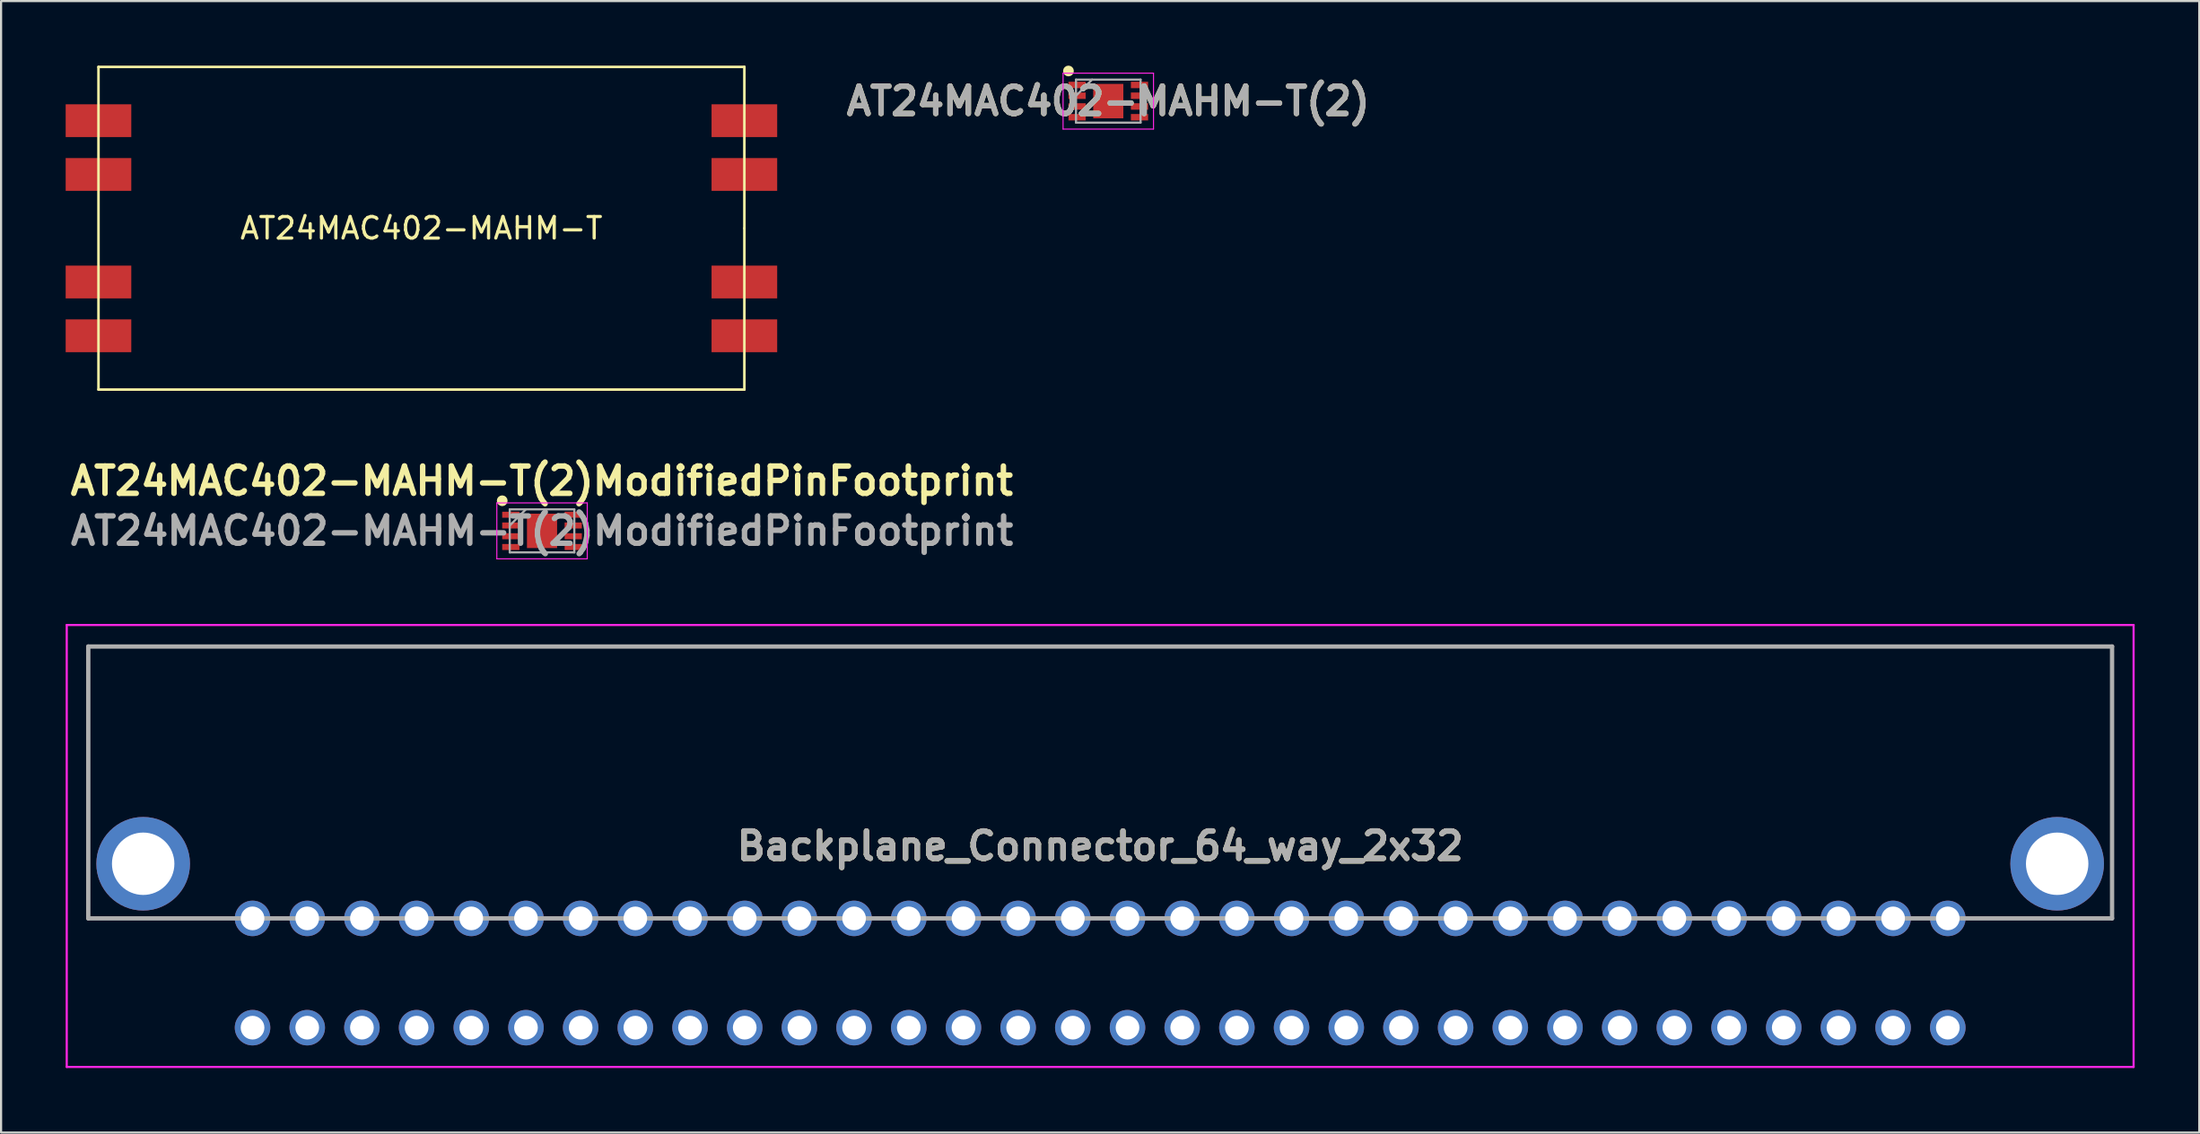
<source format=kicad_pcb>
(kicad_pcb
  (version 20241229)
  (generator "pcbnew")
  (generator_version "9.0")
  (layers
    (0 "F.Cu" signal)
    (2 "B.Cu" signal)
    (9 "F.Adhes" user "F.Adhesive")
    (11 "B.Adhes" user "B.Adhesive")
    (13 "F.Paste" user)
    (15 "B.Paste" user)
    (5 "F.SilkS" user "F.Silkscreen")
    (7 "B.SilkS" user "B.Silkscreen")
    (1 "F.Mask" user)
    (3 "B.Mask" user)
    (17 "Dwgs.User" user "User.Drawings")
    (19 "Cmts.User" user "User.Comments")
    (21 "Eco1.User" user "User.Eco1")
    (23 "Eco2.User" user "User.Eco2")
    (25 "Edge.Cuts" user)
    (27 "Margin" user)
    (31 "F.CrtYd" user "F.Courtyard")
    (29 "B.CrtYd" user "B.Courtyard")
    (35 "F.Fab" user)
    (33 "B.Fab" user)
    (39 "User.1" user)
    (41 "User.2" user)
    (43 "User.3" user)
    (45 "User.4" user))
  (footprint "AT24MAC402-MAHM-T(2)ModifiedPinFootprint"
    (layer "F.Cu")
    (at 22.126 21.629)
    (property "Reference" "AT24MAC402-MAHM-T(2)ModifiedPinFootprint" (at -0.01 -2.32 0) (layer "F.SilkS") (effects (font (size 1.27 1.27) (thickness 0.254))))
    (attr smd)
    (fp_circle (center -1.85 -1.4) (end -1.85 -1.275) (stroke (width 0.25) (type solid)) (fill no) (layer "F.SilkS"))
    (fp_line (start -2.1 -1.3) (end 2.1 -1.3) (stroke (width 0.05) (type solid)) (layer "F.CrtYd"))
    (fp_line (start -2.1 1.3) (end -2.1 -1.3) (stroke (width 0.05) (type solid)) (layer "F.CrtYd"))
    (fp_line (start 2.1 -1.3) (end 2.1 1.3) (stroke (width 0.05) (type solid)) (layer "F.CrtYd"))
    (fp_line (start 2.1 1.3) (end -2.1 1.3) (stroke (width 0.05) (type solid)) (layer "F.CrtYd"))
    (fp_line (start -1.5 -1) (end 1.5 -1) (stroke (width 0.1) (type solid)) (layer "F.Fab"))
    (fp_line (start -1.5 -0.25) (end -0.75 -1) (stroke (width 0.1) (type solid)) (layer "F.Fab"))
    (fp_line (start -1.5 1) (end -1.5 -1) (stroke (width 0.1) (type solid)) (layer "F.Fab"))
    (fp_line (start 1.5 -1) (end 1.5 1) (stroke (width 0.1) (type solid)) (layer "F.Fab"))
    (fp_line (start 1.5 1) (end -1.5 1) (stroke (width 0.1) (type solid)) (layer "F.Fab"))
    (fp_text user "${REFERENCE}" (at 0 0 0) (layer "F.Fab") (effects (font (size 1.27 1.27) (thickness 0.254))))
    (pad "1" smd rect (at -1.45 -0.75 90) (size 0.28 0.8) (layers "F.Cu" "F.Mask" "F.Paste"))
    (pad "2" smd rect (at -1.45 -0.25 90) (size 0.28 0.8) (layers "F.Cu" "F.Mask" "F.Paste"))
    (pad "3" smd rect (at -1.45 0.25 90) (size 0.28 0.8) (layers "F.Cu" "F.Mask" "F.Paste"))
    (pad "4" smd rect (at -1.45 0.75 90) (size 0.28 0.8) (layers "F.Cu" "F.Mask" "F.Paste"))
    (pad "5" smd rect (at 1.45 0.75 90) (size 0.28 0.8) (layers "F.Cu" "F.Mask" "F.Paste"))
    (pad "6" smd rect (at 1.45 0.25 90) (size 0.28 0.8) (layers "F.Cu" "F.Mask" "F.Paste"))
    (pad "7" smd rect (at 1.45 -0.25 90) (size 0.28 0.8) (layers "F.Cu" "F.Mask" "F.Paste"))
    (pad "8" smd rect (at 1.45 -0.75 90) (size 0.28 0.8) (layers "F.Cu" "F.Mask" "F.Paste"))
    (pad "9" smd rect (at 0 0) (size 1.4 1.6) (layers "F.Cu" "F.Mask" "F.Paste")))
  (footprint "Backplane_Connector_64_way_2x32"
    (layer "F.Cu")
    (at 48.05 36.277)
    (property "Reference" "Backplane_Connector_64_way_2x32" (at 0 0 0) (layer "F.SilkS") (effects (font (size 1.27 1.27) (thickness 0.254))))
    (attr through_hole)
    (fp_line (start -47 -9.273) (end 47 -9.273) (stroke (width 0.1) (type solid)) (layer "F.SilkS"))
    (fp_line (start -47 3.367) (end -47 -9.273) (stroke (width 0.1) (type solid)) (layer "F.SilkS"))
    (fp_line (start -40.64 3.367) (end -47 3.367) (stroke (width 0.1) (type solid)) (layer "F.SilkS"))
    (fp_line (start 47 -9.273) (end 47 3.367) (stroke (width 0.1) (type solid)) (layer "F.SilkS"))
    (fp_line (start 47 3.367) (end 40.64 3.367) (stroke (width 0.1) (type solid)) (layer "F.SilkS"))
    (fp_line (start -48 -10.273) (end 48 -10.273) (stroke (width 0.1) (type solid)) (layer "F.CrtYd"))
    (fp_line (start -48 10.273) (end -48 -10.273) (stroke (width 0.1) (type solid)) (layer "F.CrtYd"))
    (fp_line (start 48 -10.273) (end 48 10.273) (stroke (width 0.1) (type solid)) (layer "F.CrtYd"))
    (fp_line (start 48 10.273) (end -48 10.273) (stroke (width 0.1) (type solid)) (layer "F.CrtYd"))
    (fp_line (start -47 -9.273) (end 47 -9.273) (stroke (width 0.2) (type solid)) (layer "F.Fab"))
    (fp_line (start -47 3.367) (end -47 -9.273) (stroke (width 0.2) (type solid)) (layer "F.Fab"))
    (fp_line (start 47 -9.273) (end 47 3.367) (stroke (width 0.2) (type solid)) (layer "F.Fab"))
    (fp_line (start 47 3.367) (end -47 3.367) (stroke (width 0.2) (type solid)) (layer "F.Fab"))
    (fp_text user "${REFERENCE}" (at 0 0 0) (layer "F.Fab") (effects (font (size 1.27 1.27) (thickness 0.254))))
    (pad "A1" thru_hole circle (at -39.37 3.367) (size 1.65 1.65) (drill 1.1) (layers "*.Cu" "*.Mask"))
    (pad "A2" thru_hole circle (at -36.83 3.367) (size 1.65 1.65) (drill 1.1) (layers "*.Cu" "*.Mask"))
    (pad "A3" thru_hole circle (at -34.29 3.367) (size 1.65 1.65) (drill 1.1) (layers "*.Cu" "*.Mask"))
    (pad "A4" thru_hole circle (at -31.75 3.367) (size 1.65 1.65) (drill 1.1) (layers "*.Cu" "*.Mask"))
    (pad "A5" thru_hole circle (at -29.21 3.367) (size 1.65 1.65) (drill 1.1) (layers "*.Cu" "*.Mask"))
    (pad "A6" thru_hole circle (at -26.67 3.367) (size 1.65 1.65) (drill 1.1) (layers "*.Cu" "*.Mask"))
    (pad "A7" thru_hole circle (at -24.13 3.367) (size 1.65 1.65) (drill 1.1) (layers "*.Cu" "*.Mask"))
    (pad "A8" thru_hole circle (at -21.59 3.367) (size 1.65 1.65) (drill 1.1) (layers "*.Cu" "*.Mask"))
    (pad "A9" thru_hole circle (at -19.05 3.367) (size 1.65 1.65) (drill 1.1) (layers "*.Cu" "*.Mask"))
    (pad "A10" thru_hole circle (at -16.51 3.367) (size 1.65 1.65) (drill 1.1) (layers "*.Cu" "*.Mask"))
    (pad "A11" thru_hole circle (at -13.97 3.367) (size 1.65 1.65) (drill 1.1) (layers "*.Cu" "*.Mask"))
    (pad "A12" thru_hole circle (at -11.43 3.367) (size 1.65 1.65) (drill 1.1) (layers "*.Cu" "*.Mask"))
    (pad "A13" thru_hole circle (at -8.89 3.367) (size 1.65 1.65) (drill 1.1) (layers "*.Cu" "*.Mask"))
    (pad "A14" thru_hole circle (at -6.35 3.367) (size 1.65 1.65) (drill 1.1) (layers "*.Cu" "*.Mask"))
    (pad "A15" thru_hole circle (at -3.81 3.367) (size 1.65 1.65) (drill 1.1) (layers "*.Cu" "*.Mask"))
    (pad "A16" thru_hole circle (at -1.27 3.367) (size 1.65 1.65) (drill 1.1) (layers "*.Cu" "*.Mask"))
    (pad "A17" thru_hole circle (at 1.27 3.367) (size 1.65 1.65) (drill 1.1) (layers "*.Cu" "*.Mask"))
    (pad "A18" thru_hole circle (at 3.81 3.367) (size 1.65 1.65) (drill 1.1) (layers "*.Cu" "*.Mask"))
    (pad "A19" thru_hole circle (at 6.35 3.367) (size 1.65 1.65) (drill 1.1) (layers "*.Cu" "*.Mask"))
    (pad "A20" thru_hole circle (at 8.89 3.367) (size 1.65 1.65) (drill 1.1) (layers "*.Cu" "*.Mask"))
    (pad "A21" thru_hole circle (at 11.43 3.367) (size 1.65 1.65) (drill 1.1) (layers "*.Cu" "*.Mask"))
    (pad "A22" thru_hole circle (at 13.97 3.367) (size 1.65 1.65) (drill 1.1) (layers "*.Cu" "*.Mask"))
    (pad "A23" thru_hole circle (at 16.51 3.367) (size 1.65 1.65) (drill 1.1) (layers "*.Cu" "*.Mask"))
    (pad "A24" thru_hole circle (at 19.05 3.367) (size 1.65 1.65) (drill 1.1) (layers "*.Cu" "*.Mask"))
    (pad "A25" thru_hole circle (at 21.59 3.367) (size 1.65 1.65) (drill 1.1) (layers "*.Cu" "*.Mask"))
    (pad "A26" thru_hole circle (at 24.13 3.367) (size 1.65 1.65) (drill 1.1) (layers "*.Cu" "*.Mask"))
    (pad "A27" thru_hole circle (at 26.67 3.367) (size 1.65 1.65) (drill 1.1) (layers "*.Cu" "*.Mask"))
    (pad "A28" thru_hole circle (at 29.21 3.367) (size 1.65 1.65) (drill 1.1) (layers "*.Cu" "*.Mask"))
    (pad "A29" thru_hole circle (at 31.75 3.367) (size 1.65 1.65) (drill 1.1) (layers "*.Cu" "*.Mask"))
    (pad "A30" thru_hole circle (at 34.29 3.367) (size 1.65 1.65) (drill 1.1) (layers "*.Cu" "*.Mask"))
    (pad "A31" thru_hole circle (at 36.83 3.367) (size 1.65 1.65) (drill 1.1) (layers "*.Cu" "*.Mask"))
    (pad "A32" thru_hole circle (at 39.37 3.367) (size 1.65 1.65) (drill 1.1) (layers "*.Cu" "*.Mask"))
    (pad "B1" thru_hole circle (at -39.37 8.447) (size 1.65 1.65) (drill 1.1) (layers "*.Cu" "*.Mask"))
    (pad "B2" thru_hole circle (at -36.83 8.447) (size 1.65 1.65) (drill 1.1) (layers "*.Cu" "*.Mask"))
    (pad "B3" thru_hole circle (at -34.29 8.447) (size 1.65 1.65) (drill 1.1) (layers "*.Cu" "*.Mask"))
    (pad "B4" thru_hole circle (at -31.75 8.447) (size 1.65 1.65) (drill 1.1) (layers "*.Cu" "*.Mask"))
    (pad "B5" thru_hole circle (at -29.21 8.447) (size 1.65 1.65) (drill 1.1) (layers "*.Cu" "*.Mask"))
    (pad "B6" thru_hole circle (at -26.67 8.447) (size 1.65 1.65) (drill 1.1) (layers "*.Cu" "*.Mask"))
    (pad "B7" thru_hole circle (at -24.13 8.447) (size 1.65 1.65) (drill 1.1) (layers "*.Cu" "*.Mask"))
    (pad "B8" thru_hole circle (at -21.59 8.447) (size 1.65 1.65) (drill 1.1) (layers "*.Cu" "*.Mask"))
    (pad "B9" thru_hole circle (at -19.05 8.447) (size 1.65 1.65) (drill 1.1) (layers "*.Cu" "*.Mask"))
    (pad "B10" thru_hole circle (at -16.51 8.447) (size 1.65 1.65) (drill 1.1) (layers "*.Cu" "*.Mask"))
    (pad "B11" thru_hole circle (at -13.97 8.447) (size 1.65 1.65) (drill 1.1) (layers "*.Cu" "*.Mask"))
    (pad "B12" thru_hole circle (at -11.43 8.447) (size 1.65 1.65) (drill 1.1) (layers "*.Cu" "*.Mask"))
    (pad "B13" thru_hole circle (at -8.89 8.447) (size 1.65 1.65) (drill 1.1) (layers "*.Cu" "*.Mask"))
    (pad "B14" thru_hole circle (at -6.35 8.447) (size 1.65 1.65) (drill 1.1) (layers "*.Cu" "*.Mask"))
    (pad "B15" thru_hole circle (at -3.81 8.447) (size 1.65 1.65) (drill 1.1) (layers "*.Cu" "*.Mask"))
    (pad "B16" thru_hole circle (at -1.27 8.447) (size 1.65 1.65) (drill 1.1) (layers "*.Cu" "*.Mask"))
    (pad "B17" thru_hole circle (at 1.27 8.447) (size 1.65 1.65) (drill 1.1) (layers "*.Cu" "*.Mask"))
    (pad "B18" thru_hole circle (at 3.81 8.447) (size 1.65 1.65) (drill 1.1) (layers "*.Cu" "*.Mask"))
    (pad "B19" thru_hole circle (at 6.35 8.447) (size 1.65 1.65) (drill 1.1) (layers "*.Cu" "*.Mask"))
    (pad "B20" thru_hole circle (at 8.89 8.447) (size 1.65 1.65) (drill 1.1) (layers "*.Cu" "*.Mask"))
    (pad "B21" thru_hole circle (at 11.43 8.447) (size 1.65 1.65) (drill 1.1) (layers "*.Cu" "*.Mask"))
    (pad "B22" thru_hole circle (at 13.97 8.447) (size 1.65 1.65) (drill 1.1) (layers "*.Cu" "*.Mask"))
    (pad "B23" thru_hole circle (at 16.51 8.447) (size 1.65 1.65) (drill 1.1) (layers "*.Cu" "*.Mask"))
    (pad "B24" thru_hole circle (at 19.05 8.447) (size 1.65 1.65) (drill 1.1) (layers "*.Cu" "*.Mask"))
    (pad "B25" thru_hole circle (at 21.59 8.447) (size 1.65 1.65) (drill 1.1) (layers "*.Cu" "*.Mask"))
    (pad "B26" thru_hole circle (at 24.13 8.447) (size 1.65 1.65) (drill 1.1) (layers "*.Cu" "*.Mask"))
    (pad "B27" thru_hole circle (at 26.67 8.447) (size 1.65 1.65) (drill 1.1) (layers "*.Cu" "*.Mask"))
    (pad "B28" thru_hole circle (at 29.21 8.447) (size 1.65 1.65) (drill 1.1) (layers "*.Cu" "*.Mask"))
    (pad "B29" thru_hole circle (at 31.75 8.447) (size 1.65 1.65) (drill 1.1) (layers "*.Cu" "*.Mask"))
    (pad "B30" thru_hole circle (at 34.29 8.447) (size 1.65 1.65) (drill 1.1) (layers "*.Cu" "*.Mask"))
    (pad "B31" thru_hole circle (at 36.83 8.447) (size 1.65 1.65) (drill 1.1) (layers "*.Cu" "*.Mask"))
    (pad "B32" thru_hole circle (at 39.37 8.447) (size 1.65 1.65) (drill 1.1) (layers "*.Cu" "*.Mask"))
    (pad "M1" thru_hole circle (at -44.45 0.827) (size 4.35 4.35) (drill 2.9) (layers "*.Cu" "*.Mask"))
    (pad "M2" thru_hole circle (at 44.45 0.827) (size 4.35 4.35) (drill 2.9) (layers "*.Cu" "*.Mask")))
  (footprint "AT24MAC402-MAHM-T"
    (layer "F.Cu")
    (at 16.524 7.56)
    (property "Reference" "AT24MAC402-MAHM-T" (at 0 0 0) (layer "F.SilkS") (effects (font (size 1 1) (thickness 0.15))))
    (attr through_hole)
    (fp_line (start -15 -7.5) (end -15 7.5) (stroke (width 0.12) (type solid)) (layer "F.SilkS"))
    (fp_line (start -15 7.5) (end 15 7.5) (stroke (width 0.12) (type solid)) (layer "F.SilkS"))
    (fp_line (start 15 -7.5) (end -15 -7.5) (stroke (width 0.12) (type solid)) (layer "F.SilkS"))
    (fp_line (start 15 0) (end 15 -7.5) (stroke (width 0.12) (type solid)) (layer "F.SilkS"))
    (fp_line (start 15 7.5) (end 15 0) (stroke (width 0.12) (type solid)) (layer "F.SilkS"))
    (pad "1" smd rect (at -15 -5) (size 3.048 1.524) (layers "F.Cu" "F.Mask" "F.Paste"))
    (pad "2" smd rect (at -15 -2.5) (size 3.048 1.524) (layers "F.Cu" "F.Mask" "F.Paste"))
    (pad "3" smd rect (at -15 2.5) (size 3.048 1.524) (layers "F.Cu" "F.Mask" "F.Paste"))
    (pad "4" smd rect (at -15 5) (size 3.048 1.524) (layers "F.Cu" "F.Mask" "F.Paste"))
    (pad "5" smd rect (at 15 5) (size 3.048 1.524) (layers "F.Cu" "F.Mask" "F.Paste"))
    (pad "6" smd rect (at 15 2.5) (size 3.048 1.524) (layers "F.Cu" "F.Mask" "F.Paste"))
    (pad "7" smd rect (at 15 -2.5) (size 3.048 1.524) (layers "F.Cu" "F.Mask" "F.Paste"))
    (pad "8" smd rect (at 15 -5) (size 3.048 1.524) (layers "F.Cu" "F.Mask" "F.Paste")))
  (footprint "AT24MAC402-MAHM-T(2)"
    (layer "F.Cu")
    (at 48.427 1.65)
    (property "Reference" "AT24MAC402-MAHM-T(2)" (at 0 0 0) (layer "F.SilkS") (effects (font (size 1.27 1.27) (thickness 0.254))))
    (attr smd)
    (fp_circle (center -1.85 -1.4) (end -1.85 -1.275) (stroke (width 0.25) (type solid)) (fill no) (layer "F.SilkS"))
    (fp_line (start -2.1 -1.3) (end 2.1 -1.3) (stroke (width 0.05) (type solid)) (layer "F.CrtYd"))
    (fp_line (start -2.1 1.3) (end -2.1 -1.3) (stroke (width 0.05) (type solid)) (layer "F.CrtYd"))
    (fp_line (start 2.1 -1.3) (end 2.1 1.3) (stroke (width 0.05) (type solid)) (layer "F.CrtYd"))
    (fp_line (start 2.1 1.3) (end -2.1 1.3) (stroke (width 0.05) (type solid)) (layer "F.CrtYd"))
    (fp_line (start -1.5 -1) (end 1.5 -1) (stroke (width 0.1) (type solid)) (layer "F.Fab"))
    (fp_line (start -1.5 -0.25) (end -0.75 -1) (stroke (width 0.1) (type solid)) (layer "F.Fab"))
    (fp_line (start -1.5 1) (end -1.5 -1) (stroke (width 0.1) (type solid)) (layer "F.Fab"))
    (fp_line (start 1.5 -1) (end 1.5 1) (stroke (width 0.1) (type solid)) (layer "F.Fab"))
    (fp_line (start 1.5 1) (end -1.5 1) (stroke (width 0.1) (type solid)) (layer "F.Fab"))
    (fp_text user "${REFERENCE}" (at 0 0 0) (layer "F.Fab") (effects (font (size 1.27 1.27) (thickness 0.254))))
    (pad "1" smd rect (at -1.45 -0.75 90) (size 0.3 0.8) (layers "F.Cu" "F.Mask" "F.Paste"))
    (pad "2" smd rect (at -1.45 -0.25 90) (size 0.3 0.8) (layers "F.Cu" "F.Mask" "F.Paste"))
    (pad "3" smd rect (at -1.45 0.25 90) (size 0.3 0.8) (layers "F.Cu" "F.Mask" "F.Paste"))
    (pad "4" smd rect (at -1.45 0.75 90) (size 0.3 0.8) (layers "F.Cu" "F.Mask" "F.Paste"))
    (pad "5" smd rect (at 1.45 0.75 90) (size 0.3 0.8) (layers "F.Cu" "F.Mask" "F.Paste"))
    (pad "6" smd rect (at 1.45 0.25 90) (size 0.3 0.8) (layers "F.Cu" "F.Mask" "F.Paste"))
    (pad "7" smd rect (at 1.45 -0.25 90) (size 0.3 0.8) (layers "F.Cu" "F.Mask" "F.Paste"))
    (pad "8" smd rect (at 1.45 -0.75 90) (size 0.3 0.8) (layers "F.Cu" "F.Mask" "F.Paste"))
    (pad "9" smd rect (at 0 0) (size 1.4 1.6) (layers "F.Cu" "F.Mask" "F.Paste")))
  (gr_rect
    (start -3 -3)
    (end 99.1 49.6)
    (stroke (width 0.1) (type default))
    (fill no)
    (layer "Edge.Cuts")))
</source>
